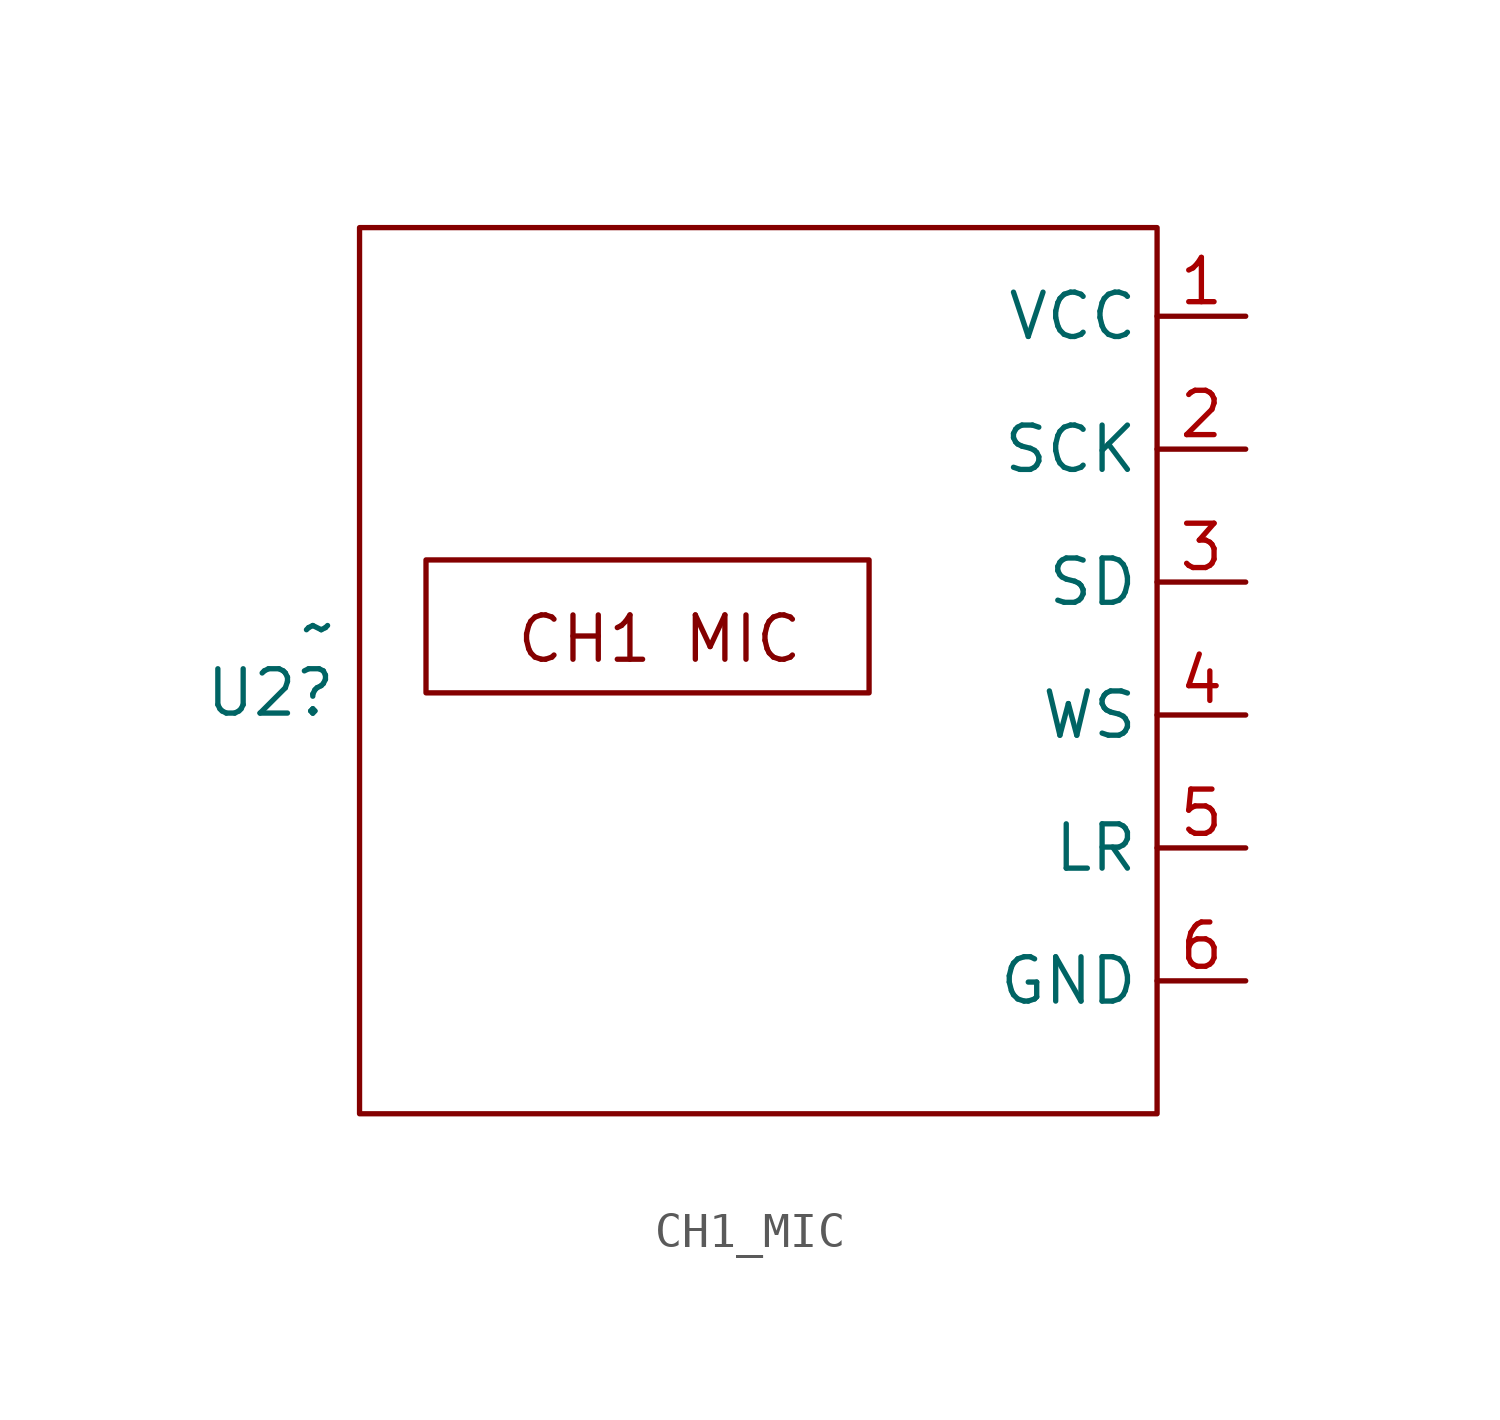
<source format=kicad_sym>
(kicad_symbol_lib
  (version 20241209)
  (generator "kicad_symbol_editor")
  (generator_version "9.0")
  (symbol "CH1_MIC"
    (property "Reference" "U2"
      (at -167.64 27.94 0)
      (effects (font (size 1.27 1.27)) (justify right)))
    (property "Value" "~"
      (at -167.64 29.845 0)
      (effects (font (size 1.27 1.27)) (justify right)))
    (symbol "CH1_MIC_0_1"
      (rectangle (start -144.145 41.275) (end -167.005 15.875) (stroke (width 0) (type default)) (fill (type none))))
    (symbol "CH1_MIC_1_1"
      (text_box "CH1 MIC" (at -165.1 31.75 0) (size 12.7 -3.81) (margins 2.54 1.524 1.016 1.016) (stroke (width 0) (type solid)) (fill (type none)) (effects (font (size 1.27 1.27)) (justify left top)))
      (pin power_in line (at -141.605 38.735 180) (length 2.54) (name "VCC" (effects (font (size 1.27 1.27)))) (number "1" (effects (font (size 1.27 1.27)))))
      (pin bidirectional line (at -141.605 34.925 180) (length 2.54) (name "SCK" (effects (font (size 1.27 1.27)))) (number "2" (effects (font (size 1.27 1.27)))))
      (pin bidirectional line (at -141.605 31.115 180) (length 2.54) (name "SD" (effects (font (size 1.27 1.27)))) (number "3" (effects (font (size 1.27 1.27)))))
      (pin bidirectional line (at -141.605 27.305 180) (length 2.54) (name "WS" (effects (font (size 1.27 1.27)))) (number "4" (effects (font (size 1.27 1.27)))))
      (pin bidirectional line (at -141.605 23.495 180) (length 2.54) (name "LR" (effects (font (size 1.27 1.27)))) (number "5" (effects (font (size 1.27 1.27)))))
      (pin power_in line (at -141.605 19.685 180) (length 2.54) (name "GND" (effects (font (size 1.27 1.27)))) (number "6" (effects (font (size 1.27 1.27))))))))
</source>
